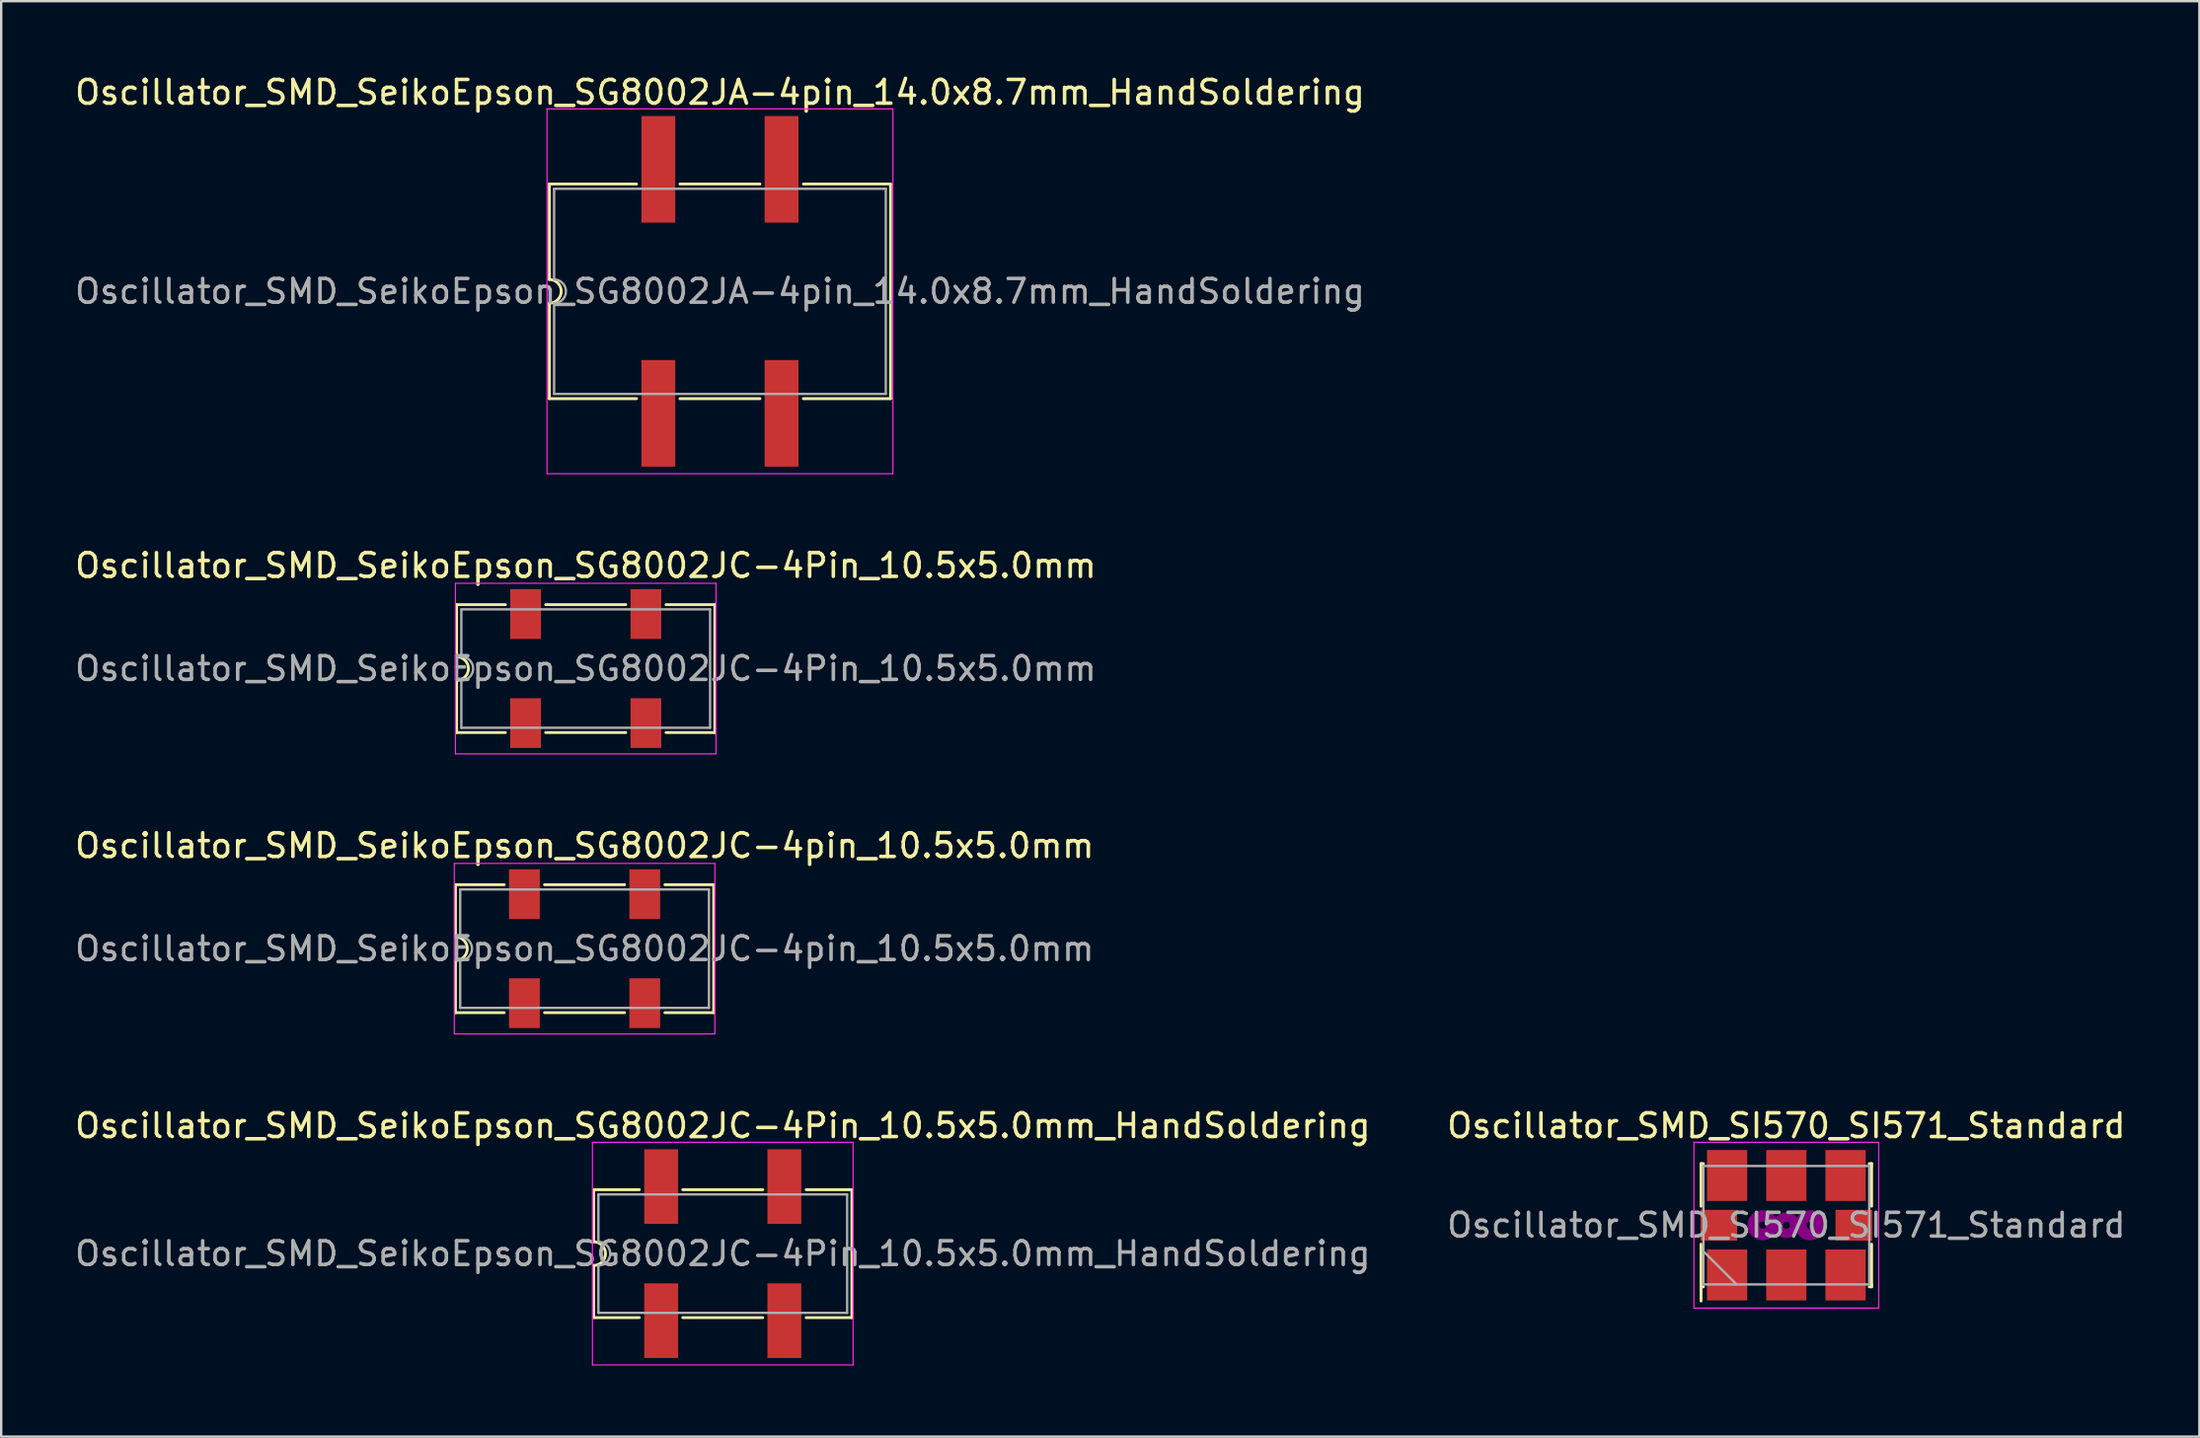
<source format=kicad_pcb>
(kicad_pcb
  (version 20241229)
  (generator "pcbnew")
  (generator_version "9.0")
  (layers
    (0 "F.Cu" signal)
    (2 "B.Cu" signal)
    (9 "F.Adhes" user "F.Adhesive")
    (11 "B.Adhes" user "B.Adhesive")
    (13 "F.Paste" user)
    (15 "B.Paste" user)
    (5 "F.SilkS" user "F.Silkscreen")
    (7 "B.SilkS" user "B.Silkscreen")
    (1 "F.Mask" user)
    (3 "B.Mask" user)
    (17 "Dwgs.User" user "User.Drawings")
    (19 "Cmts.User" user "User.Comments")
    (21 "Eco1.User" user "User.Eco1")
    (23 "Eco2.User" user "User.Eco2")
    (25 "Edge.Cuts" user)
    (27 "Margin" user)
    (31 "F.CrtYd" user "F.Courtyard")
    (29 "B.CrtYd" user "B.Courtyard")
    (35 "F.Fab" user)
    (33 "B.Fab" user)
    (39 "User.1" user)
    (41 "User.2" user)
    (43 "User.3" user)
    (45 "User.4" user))
  (footprint "Oscillator_SMD_SeikoEpson_SG8002JA-4pin_14.0x8.7mm_HandSoldering"
    (layer "F.Cu")
    (at 27.339 9.248)
    (property "Reference" "Oscillator_SMD_SeikoEpson_SG8002JA-4pin_14.0x8.7mm_HandSoldering" (at 0 -8.4 0) (layer "F.SilkS") (effects (font (size 1 1) (thickness 0.15))))
    (attr smd)
    (fp_line (start -7.2 -4.53) (end -3.52 -4.53) (stroke (width 0.12) (type solid)) (layer "F.SilkS"))
    (fp_line (start -7.2 -0.5) (end -7.2 -4.53) (stroke (width 0.12) (type solid)) (layer "F.SilkS"))
    (fp_line (start -7.2 4.53) (end -7.2 0.5) (stroke (width 0.12) (type solid)) (layer "F.SilkS"))
    (fp_line (start -7.2 4.53) (end -3.52 4.53) (stroke (width 0.12) (type solid)) (layer "F.SilkS"))
    (fp_line (start -1.69 -4.53) (end 1.69 -4.53) (stroke (width 0.12) (type solid)) (layer "F.SilkS"))
    (fp_line (start 1.69 4.53) (end -1.69 4.53) (stroke (width 0.12) (type solid)) (layer "F.SilkS"))
    (fp_line (start 3.52 -4.53) (end 7.2 -4.53) (stroke (width 0.12) (type solid)) (layer "F.SilkS"))
    (fp_line (start 7.2 -4.53) (end 7.2 4.53) (stroke (width 0.12) (type solid)) (layer "F.SilkS"))
    (fp_line (start 7.2 4.53) (end 3.52 4.53) (stroke (width 0.12) (type solid)) (layer "F.SilkS"))
    (fp_arc (start -7.2 -0.5) (mid -6.7 0) (end -7.2 0.5) (stroke (width 0.12) (type solid)) (layer "F.SilkS"))
    (fp_line (start -7.3 -7.7) (end -7.3 7.7) (stroke (width 0.05) (type solid)) (layer "F.CrtYd"))
    (fp_line (start -7.3 7.7) (end 7.3 7.7) (stroke (width 0.05) (type solid)) (layer "F.CrtYd"))
    (fp_line (start 7.3 -7.7) (end -7.3 -7.7) (stroke (width 0.05) (type solid)) (layer "F.CrtYd"))
    (fp_line (start 7.3 7.7) (end 7.3 -7.7) (stroke (width 0.05) (type solid)) (layer "F.CrtYd"))
    (fp_line (start -7 -4.33) (end 7 -4.33) (stroke (width 0.1) (type solid)) (layer "F.Fab"))
    (fp_line (start -7 -0.5) (end -7 -4.33) (stroke (width 0.1) (type solid)) (layer "F.Fab"))
    (fp_line (start -7 4.33) (end -7 0.5) (stroke (width 0.1) (type solid)) (layer "F.Fab"))
    (fp_line (start 7 -4.33) (end 7 4.33) (stroke (width 0.1) (type solid)) (layer "F.Fab"))
    (fp_line (start 7 4.33) (end -7 4.33) (stroke (width 0.1) (type solid)) (layer "F.Fab"))
    (fp_arc (start -7 -0.5) (mid -6.5 0) (end -7 0.5) (stroke (width 0.1) (type solid)) (layer "F.Fab"))
    (fp_text user "${REFERENCE}" (at 0 0 0) (layer "F.Fab") (effects (font (size 1 1) (thickness 0.15))))
    (pad "1" smd rect (at -2.6 5.15) (size 1.43 4.5) (layers "F.Cu" "F.Mask" "F.Paste"))
    (pad "2" smd rect (at 2.6 5.15) (size 1.43 4.5) (layers "F.Cu" "F.Mask" "F.Paste"))
    (pad "3" smd rect (at 2.6 -5.15) (size 1.43 4.5) (layers "F.Cu" "F.Mask" "F.Paste"))
    (pad "4" smd rect (at -2.6 -5.15) (size 1.43 4.5) (layers "F.Cu" "F.Mask" "F.Paste")))
  (footprint "Oscillator_SMD_SeikoEpson_SG8002JC-4pin_10.5x5.0mm"
    (layer "F.Cu")
    (at 21.625 36.995)
    (property "Reference" "Oscillator_SMD_SeikoEpson_SG8002JC-4pin_10.5x5.0mm" (at 0 -4.35 0) (layer "F.SilkS") (effects (font (size 1 1) (thickness 0.15))))
    (attr smd)
    (fp_line (start -5.45 -2.7) (end -3.39 -2.7) (stroke (width 0.12) (type solid)) (layer "F.SilkS"))
    (fp_line (start -5.45 -0.5) (end -5.45 -2.7) (stroke (width 0.12) (type solid)) (layer "F.SilkS"))
    (fp_line (start -5.45 2.7) (end -5.45 0.5) (stroke (width 0.12) (type solid)) (layer "F.SilkS"))
    (fp_line (start -5.45 2.7) (end -3.39 2.7) (stroke (width 0.12) (type solid)) (layer "F.SilkS"))
    (fp_line (start -1.69 -2.7) (end 1.69 -2.7) (stroke (width 0.12) (type solid)) (layer "F.SilkS"))
    (fp_line (start 1.69 2.7) (end -1.69 2.7) (stroke (width 0.12) (type solid)) (layer "F.SilkS"))
    (fp_line (start 3.39 -2.7) (end 5.45 -2.7) (stroke (width 0.12) (type solid)) (layer "F.SilkS"))
    (fp_line (start 5.45 -2.7) (end 5.45 2.7) (stroke (width 0.12) (type solid)) (layer "F.SilkS"))
    (fp_line (start 5.45 2.7) (end 3.39 2.7) (stroke (width 0.12) (type solid)) (layer "F.SilkS"))
    (fp_arc (start -5.45 -0.5) (mid -4.95 0) (end -5.45 0.5) (stroke (width 0.12) (type solid)) (layer "F.SilkS"))
    (fp_line (start -5.5 -3.6) (end -5.5 3.6) (stroke (width 0.05) (type solid)) (layer "F.CrtYd"))
    (fp_line (start -5.5 3.6) (end 5.5 3.6) (stroke (width 0.05) (type solid)) (layer "F.CrtYd"))
    (fp_line (start 5.5 -3.6) (end -5.5 -3.6) (stroke (width 0.05) (type solid)) (layer "F.CrtYd"))
    (fp_line (start 5.5 3.6) (end 5.5 -3.6) (stroke (width 0.05) (type solid)) (layer "F.CrtYd"))
    (fp_line (start -5.25 -2.5) (end 5.25 -2.5) (stroke (width 0.1) (type solid)) (layer "F.Fab"))
    (fp_line (start -5.25 -0.5) (end -5.25 -2.5) (stroke (width 0.1) (type solid)) (layer "F.Fab"))
    (fp_line (start -5.25 2.5) (end -5.25 0.5) (stroke (width 0.1) (type solid)) (layer "F.Fab"))
    (fp_line (start 5.25 -2.5) (end 5.25 2.5) (stroke (width 0.1) (type solid)) (layer "F.Fab"))
    (fp_line (start 5.25 2.5) (end -5.25 2.5) (stroke (width 0.1) (type solid)) (layer "F.Fab"))
    (fp_arc (start -5.25 -0.5) (mid -4.75 0) (end -5.25 0.5) (stroke (width 0.1) (type solid)) (layer "F.Fab"))
    (fp_text user "${REFERENCE}" (at 0 0 0) (layer "F.Fab") (effects (font (size 1 1) (thickness 0.15))))
    (pad "1" smd rect (at -2.54 2.3) (size 1.3 2.1) (layers "F.Cu" "F.Mask" "F.Paste"))
    (pad "2" smd rect (at 2.54 2.3) (size 1.3 2.1) (layers "F.Cu" "F.Mask" "F.Paste"))
    (pad "3" smd rect (at 2.54 -2.3) (size 1.3 2.1) (layers "F.Cu" "F.Mask" "F.Paste"))
    (pad "4" smd rect (at -2.54 -2.3) (size 1.3 2.1) (layers "F.Cu" "F.Mask" "F.Paste")))
  (footprint "Oscillator_SMD_SI570_SI571_Standard"
    (layer "F.Cu")
    (at 72.351 48.668)
    (property "Reference" "Oscillator_SMD_SI570_SI571_Standard" (at 0 -4.2 0) (layer "F.SilkS") (effects (font (size 1 1) (thickness 0.15))))
    (attr smd)
    (fp_line (start -3.6 -2.6) (end -3.5 -2.6) (stroke (width 0.12) (type solid)) (layer "F.SilkS"))
    (fp_line (start -3.6 -2.5) (end -3.6 -2.6) (stroke (width 0.12) (type solid)) (layer "F.SilkS"))
    (fp_line (start -3.6 -2.5) (end -3.6 -0.8) (stroke (width 0.12) (type solid)) (layer "F.SilkS"))
    (fp_line (start -3.6 0.8) (end -3.6 3.2) (stroke (width 0.12) (type solid)) (layer "F.SilkS"))
    (fp_line (start -3.6 2.6) (end -3.5 2.6) (stroke (width 0.12) (type solid)) (layer "F.SilkS"))
    (fp_line (start 3.6 -2.6) (end 3.5 -2.6) (stroke (width 0.12) (type solid)) (layer "F.SilkS"))
    (fp_line (start 3.6 -2.5) (end 3.6 -2.6) (stroke (width 0.12) (type solid)) (layer "F.SilkS"))
    (fp_line (start 3.6 -0.8) (end 3.6 -2.5) (stroke (width 0.12) (type solid)) (layer "F.SilkS"))
    (fp_line (start 3.6 2.5) (end 3.6 0.8) (stroke (width 0.12) (type solid)) (layer "F.SilkS"))
    (fp_line (start 3.6 2.5) (end 3.6 2.6) (stroke (width 0.12) (type solid)) (layer "F.SilkS"))
    (fp_line (start 3.6 2.6) (end 3.5 2.6) (stroke (width 0.12) (type solid)) (layer "F.SilkS"))
    (fp_circle (center -1 0) (end -0.85 0) (stroke (width 0.38) (type solid)) (fill no) (layer "F.Adhes"))
    (fp_circle (center -1 0) (end -0.55 0) (stroke (width 0.38) (type solid)) (fill no) (layer "F.Adhes"))
    (fp_circle (center 0 0) (end 0.15 0) (stroke (width 0.38) (type solid)) (fill no) (layer "F.Adhes"))
    (fp_circle (center 0 0) (end 0.35 0) (stroke (width 0.38) (type solid)) (fill no) (layer "F.Adhes"))
    (fp_circle (center 1 0) (end 0.55 0) (stroke (width 0.38) (type solid)) (fill no) (layer "F.Adhes"))
    (fp_circle (center 1 0) (end 0.85 0) (stroke (width 0.38) (type solid)) (fill no) (layer "F.Adhes"))
    (fp_line (start -3.9 -3.5) (end 3.9 -3.5) (stroke (width 0.05) (type solid)) (layer "F.CrtYd"))
    (fp_line (start -3.9 3.5) (end -3.9 -3.5) (stroke (width 0.05) (type solid)) (layer "F.CrtYd"))
    (fp_line (start 3.9 -3.5) (end 3.9 3.5) (stroke (width 0.05) (type solid)) (layer "F.CrtYd"))
    (fp_line (start 3.9 3.5) (end -3.9 3.5) (stroke (width 0.05) (type solid)) (layer "F.CrtYd"))
    (fp_line (start -3.5 -2.5) (end -3.5 2.5) (stroke (width 0.1) (type solid)) (layer "F.Fab"))
    (fp_line (start -3.5 1.1) (end -2.1 2.5) (stroke (width 0.1) (type solid)) (layer "F.Fab"))
    (fp_line (start -3.5 2.5) (end 3.5 2.5) (stroke (width 0.1) (type solid)) (layer "F.Fab"))
    (fp_line (start 3.5 -2.5) (end -3.5 -2.5) (stroke (width 0.1) (type solid)) (layer "F.Fab"))
    (fp_line (start 3.5 2.5) (end 3.5 -2.5) (stroke (width 0.1) (type solid)) (layer "F.Fab"))
    (fp_text user "${REFERENCE}" (at 0 0 0) (layer "F.Fab") (effects (font (size 1 1) (thickness 0.15))))
    (pad "1" smd rect (at -2.5 2.1) (size 1.7 2.15) (layers "F.Cu" "F.Mask" "F.Paste"))
    (pad "2" smd rect (at 0 2.1) (size 1.7 2.15) (layers "F.Cu" "F.Mask" "F.Paste"))
    (pad "3" smd rect (at 2.5 2.1) (size 1.7 2.15) (layers "F.Cu" "F.Mask" "F.Paste"))
    (pad "4" smd rect (at 2.5 -2.1) (size 1.7 2.15) (layers "F.Cu" "F.Mask" "F.Paste"))
    (pad "5" smd rect (at 0 -2.1) (size 1.7 2.15) (layers "F.Cu" "F.Mask" "F.Paste"))
    (pad "6" smd rect (at -2.5 -2.1) (size 1.7 2.15) (layers "F.Cu" "F.Mask" "F.Paste"))
    (pad "7" smd rect (at -2.85 0) (size 1.55 1.3) (layers "F.Cu" "F.Mask" "F.Paste"))
    (pad "8" smd rect (at 2.85 0) (size 1.55 1.3) (layers "F.Cu" "F.Mask" "F.Paste")))
  (footprint "Oscillator_SMD_SeikoEpson_SG8002JC-4Pin_10.5x5.0mm"
    (layer "F.Cu")
    (at 21.673 25.172)
    (property "Reference" "Oscillator_SMD_SeikoEpson_SG8002JC-4Pin_10.5x5.0mm" (at 0 -4.35 0) (layer "F.SilkS") (effects (font (size 1 1) (thickness 0.15))))
    (attr smd)
    (fp_line (start -5.45 -2.7) (end -3.39 -2.7) (stroke (width 0.12) (type solid)) (layer "F.SilkS"))
    (fp_line (start -5.45 -0.5) (end -5.45 -2.7) (stroke (width 0.12) (type solid)) (layer "F.SilkS"))
    (fp_line (start -5.45 2.7) (end -5.45 0.5) (stroke (width 0.12) (type solid)) (layer "F.SilkS"))
    (fp_line (start -5.45 2.7) (end -3.39 2.7) (stroke (width 0.12) (type solid)) (layer "F.SilkS"))
    (fp_line (start -1.69 -2.7) (end 1.69 -2.7) (stroke (width 0.12) (type solid)) (layer "F.SilkS"))
    (fp_line (start 1.69 2.7) (end -1.69 2.7) (stroke (width 0.12) (type solid)) (layer "F.SilkS"))
    (fp_line (start 3.39 -2.7) (end 5.45 -2.7) (stroke (width 0.12) (type solid)) (layer "F.SilkS"))
    (fp_line (start 5.45 -2.7) (end 5.45 2.7) (stroke (width 0.12) (type solid)) (layer "F.SilkS"))
    (fp_line (start 5.45 2.7) (end 3.39 2.7) (stroke (width 0.12) (type solid)) (layer "F.SilkS"))
    (fp_arc (start -5.45 -0.5) (mid -4.95 0) (end -5.45 0.5) (stroke (width 0.12) (type solid)) (layer "F.SilkS"))
    (fp_line (start -5.5 -3.6) (end -5.5 3.6) (stroke (width 0.05) (type solid)) (layer "F.CrtYd"))
    (fp_line (start -5.5 3.6) (end 5.5 3.6) (stroke (width 0.05) (type solid)) (layer "F.CrtYd"))
    (fp_line (start 5.5 -3.6) (end -5.5 -3.6) (stroke (width 0.05) (type solid)) (layer "F.CrtYd"))
    (fp_line (start 5.5 3.6) (end 5.5 -3.6) (stroke (width 0.05) (type solid)) (layer "F.CrtYd"))
    (fp_line (start -5.25 -2.5) (end 5.25 -2.5) (stroke (width 0.1) (type solid)) (layer "F.Fab"))
    (fp_line (start -5.25 -0.5) (end -5.25 -2.5) (stroke (width 0.1) (type solid)) (layer "F.Fab"))
    (fp_line (start -5.25 2.5) (end -5.25 0.5) (stroke (width 0.1) (type solid)) (layer "F.Fab"))
    (fp_line (start 5.25 -2.5) (end 5.25 2.5) (stroke (width 0.1) (type solid)) (layer "F.Fab"))
    (fp_line (start 5.25 2.5) (end -5.25 2.5) (stroke (width 0.1) (type solid)) (layer "F.Fab"))
    (fp_arc (start -5.25 -0.5) (mid -4.75 0) (end -5.25 0.5) (stroke (width 0.1) (type solid)) (layer "F.Fab"))
    (fp_text user "${REFERENCE}" (at 0 0 0) (layer "F.Fab") (effects (font (size 1 1) (thickness 0.15))))
    (pad "1" smd rect (at -2.54 2.3) (size 1.3 2.1) (layers "F.Cu" "F.Mask" "F.Paste"))
    (pad "2" smd rect (at 2.54 2.3) (size 1.3 2.1) (layers "F.Cu" "F.Mask" "F.Paste"))
    (pad "3" smd rect (at 2.54 -2.3) (size 1.3 2.1) (layers "F.Cu" "F.Mask" "F.Paste"))
    (pad "4" smd rect (at -2.54 -2.3) (size 1.3 2.1) (layers "F.Cu" "F.Mask" "F.Paste")))
  (footprint "Oscillator_SMD_SeikoEpson_SG8002JC-4Pin_10.5x5.0mm_HandSoldering"
    (layer "F.Cu")
    (at 27.458 49.868)
    (property "Reference" "Oscillator_SMD_SeikoEpson_SG8002JC-4Pin_10.5x5.0mm_HandSoldering" (at 0 -5.4 0) (layer "F.SilkS") (effects (font (size 1 1) (thickness 0.15))))
    (attr smd)
    (fp_line (start -5.45 -2.7) (end -3.52 -2.7) (stroke (width 0.12) (type solid)) (layer "F.SilkS"))
    (fp_line (start -5.45 -0.5) (end -5.45 -2.7) (stroke (width 0.12) (type solid)) (layer "F.SilkS"))
    (fp_line (start -5.45 2.7) (end -5.45 0.5) (stroke (width 0.12) (type solid)) (layer "F.SilkS"))
    (fp_line (start -5.45 2.7) (end -3.52 2.7) (stroke (width 0.12) (type solid)) (layer "F.SilkS"))
    (fp_line (start -1.69 -2.7) (end 1.69 -2.7) (stroke (width 0.12) (type solid)) (layer "F.SilkS"))
    (fp_line (start 1.69 2.7) (end -1.69 2.7) (stroke (width 0.12) (type solid)) (layer "F.SilkS"))
    (fp_line (start 3.52 -2.7) (end 5.45 -2.7) (stroke (width 0.12) (type solid)) (layer "F.SilkS"))
    (fp_line (start 5.45 -2.7) (end 5.45 2.7) (stroke (width 0.12) (type solid)) (layer "F.SilkS"))
    (fp_line (start 5.45 2.7) (end 3.52 2.7) (stroke (width 0.12) (type solid)) (layer "F.SilkS"))
    (fp_arc (start -5.45 -0.5) (mid -4.95 0) (end -5.45 0.5) (stroke (width 0.12) (type solid)) (layer "F.SilkS"))
    (fp_line (start -5.5 -4.7) (end -5.5 4.7) (stroke (width 0.05) (type solid)) (layer "F.CrtYd"))
    (fp_line (start -5.5 4.7) (end 5.5 4.7) (stroke (width 0.05) (type solid)) (layer "F.CrtYd"))
    (fp_line (start 5.5 -4.7) (end -5.5 -4.7) (stroke (width 0.05) (type solid)) (layer "F.CrtYd"))
    (fp_line (start 5.5 4.7) (end 5.5 -4.7) (stroke (width 0.05) (type solid)) (layer "F.CrtYd"))
    (fp_line (start -5.25 -2.5) (end 5.25 -2.5) (stroke (width 0.1) (type solid)) (layer "F.Fab"))
    (fp_line (start -5.25 -0.5) (end -5.25 -2.5) (stroke (width 0.1) (type solid)) (layer "F.Fab"))
    (fp_line (start -5.25 2.5) (end -5.25 0.5) (stroke (width 0.1) (type solid)) (layer "F.Fab"))
    (fp_line (start 5.25 -2.5) (end 5.25 2.5) (stroke (width 0.1) (type solid)) (layer "F.Fab"))
    (fp_line (start 5.25 2.5) (end -5.25 2.5) (stroke (width 0.1) (type solid)) (layer "F.Fab"))
    (fp_arc (start -5.25 -0.5) (mid -4.75 0) (end -5.25 0.5) (stroke (width 0.1) (type solid)) (layer "F.Fab"))
    (fp_text user "${REFERENCE}" (at 0 0 0) (layer "F.Fab") (effects (font (size 1 1) (thickness 0.15))))
    (pad "1" smd rect (at -2.6 2.83) (size 1.43 3.15) (layers "F.Cu" "F.Mask" "F.Paste"))
    (pad "2" smd rect (at 2.6 2.83) (size 1.43 3.15) (layers "F.Cu" "F.Mask" "F.Paste"))
    (pad "3" smd rect (at 2.6 -2.83) (size 1.43 3.15) (layers "F.Cu" "F.Mask" "F.Paste"))
    (pad "4" smd rect (at -2.6 -2.83) (size 1.43 3.15) (layers "F.Cu" "F.Mask" "F.Paste")))
  (gr_rect
    (start -3 -3)
    (end 89.786 57.593)
    (stroke (width 0.1) (type default))
    (fill no)
    (layer "Edge.Cuts")))
</source>
